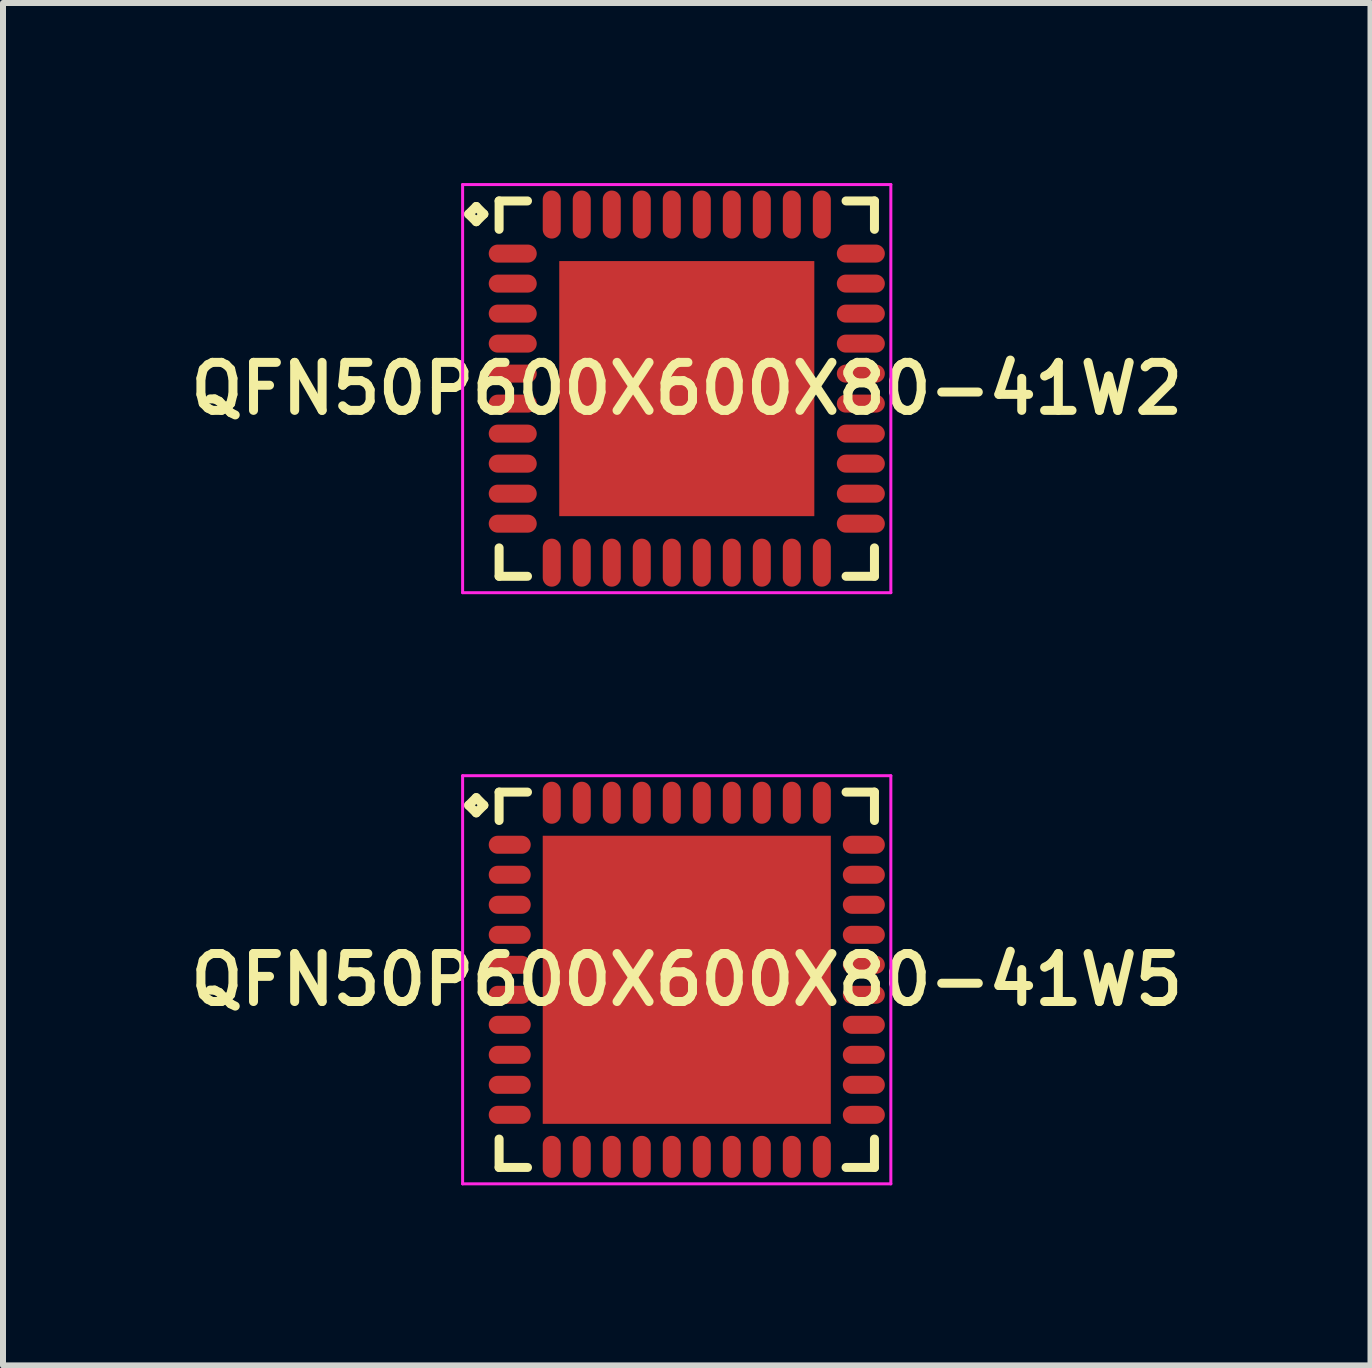
<source format=kicad_pcb>
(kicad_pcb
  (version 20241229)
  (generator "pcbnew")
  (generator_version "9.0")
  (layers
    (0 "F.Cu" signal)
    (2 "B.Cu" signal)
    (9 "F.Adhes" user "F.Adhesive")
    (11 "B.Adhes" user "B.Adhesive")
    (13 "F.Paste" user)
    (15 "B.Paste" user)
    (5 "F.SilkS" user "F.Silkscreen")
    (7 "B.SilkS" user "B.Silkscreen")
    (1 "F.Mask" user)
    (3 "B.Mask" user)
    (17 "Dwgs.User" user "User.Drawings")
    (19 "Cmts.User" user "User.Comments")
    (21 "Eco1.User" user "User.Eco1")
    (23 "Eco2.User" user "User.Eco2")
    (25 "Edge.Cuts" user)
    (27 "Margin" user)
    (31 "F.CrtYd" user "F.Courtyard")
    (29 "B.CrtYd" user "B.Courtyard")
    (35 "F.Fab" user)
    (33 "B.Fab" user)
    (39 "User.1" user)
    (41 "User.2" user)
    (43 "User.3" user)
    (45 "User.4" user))
  (footprint "QFN50P600X600X80-41W5"
    (layer "F.Cu")
    (at 8.393 13.275)
    (property "Reference" "QFN50P600X600X80-41W5" (at 0 0 0) (layer "F.SilkS") (effects (font (size 0.8 0.8) (thickness 0.15))))
    (attr smd)
    (fp_line (start -3.635 -2.908) (end -3.508 -3.035) (stroke (width 0.15) (type solid)) (layer "F.SilkS"))
    (fp_line (start -3.508 -3.035) (end -3.381 -2.908) (stroke (width 0.15) (type solid)) (layer "F.SilkS"))
    (fp_line (start -3.508 -2.781) (end -3.635 -2.908) (stroke (width 0.15) (type solid)) (layer "F.SilkS"))
    (fp_line (start -3.381 -2.908) (end -3.508 -2.781) (stroke (width 0.15) (type solid)) (layer "F.SilkS"))
    (fp_line (start -3.127 -3.127) (end -2.654 -3.127) (stroke (width 0.15) (type solid)) (layer "F.SilkS"))
    (fp_line (start -3.127 -2.654) (end -3.127 -3.127) (stroke (width 0.15) (type solid)) (layer "F.SilkS"))
    (fp_line (start -3.127 2.654) (end -3.127 3.127) (stroke (width 0.15) (type solid)) (layer "F.SilkS"))
    (fp_line (start -3.127 3.127) (end -2.654 3.127) (stroke (width 0.15) (type solid)) (layer "F.SilkS"))
    (fp_line (start 2.654 -3.127) (end 3.127 -3.127) (stroke (width 0.15) (type solid)) (layer "F.SilkS"))
    (fp_line (start 2.654 3.127) (end 3.127 3.127) (stroke (width 0.15) (type solid)) (layer "F.SilkS"))
    (fp_line (start 3.127 -3.127) (end 3.127 -2.654) (stroke (width 0.15) (type solid)) (layer "F.SilkS"))
    (fp_line (start 3.127 3.127) (end 3.127 2.654) (stroke (width 0.15) (type solid)) (layer "F.SilkS"))
    (fp_line (start -3.735 -3.4) (end 3.4 -3.4) (stroke (width 0.05) (type solid)) (layer "F.CrtYd"))
    (fp_line (start -3.735 3.4) (end -3.735 -3.4) (stroke (width 0.05) (type solid)) (layer "F.CrtYd"))
    (fp_line (start 3.4 -3.4) (end 3.4 3.4) (stroke (width 0.05) (type solid)) (layer "F.CrtYd"))
    (fp_line (start 3.4 3.4) (end -3.735 3.4) (stroke (width 0.05) (type solid)) (layer "F.CrtYd"))
    (pad "1" smd oval (at -2.95 -2.25) (size 0.7 0.3) (layers "F.Cu" "F.Mask" "F.Paste"))
    (pad "2" smd oval (at -2.95 -1.75) (size 0.7 0.3) (layers "F.Cu" "F.Mask" "F.Paste"))
    (pad "3" smd oval (at -2.95 -1.25) (size 0.7 0.3) (layers "F.Cu" "F.Mask" "F.Paste"))
    (pad "4" smd oval (at -2.95 -0.75) (size 0.7 0.3) (layers "F.Cu" "F.Mask" "F.Paste"))
    (pad "5" smd oval (at -2.95 -0.25) (size 0.7 0.3) (layers "F.Cu" "F.Mask" "F.Paste"))
    (pad "6" smd oval (at -2.95 0.25) (size 0.7 0.3) (layers "F.Cu" "F.Mask" "F.Paste"))
    (pad "7" smd oval (at -2.95 0.75) (size 0.7 0.3) (layers "F.Cu" "F.Mask" "F.Paste"))
    (pad "8" smd oval (at -2.95 1.25) (size 0.7 0.3) (layers "F.Cu" "F.Mask" "F.Paste"))
    (pad "9" smd oval (at -2.95 1.75) (size 0.7 0.3) (layers "F.Cu" "F.Mask" "F.Paste"))
    (pad "10" smd oval (at -2.95 2.25) (size 0.7 0.3) (layers "F.Cu" "F.Mask" "F.Paste"))
    (pad "11" smd oval (at -2.25 2.95) (size 0.3 0.7) (layers "F.Cu" "F.Mask" "F.Paste"))
    (pad "12" smd oval (at -1.75 2.95) (size 0.3 0.7) (layers "F.Cu" "F.Mask" "F.Paste"))
    (pad "13" smd oval (at -1.25 2.95) (size 0.3 0.7) (layers "F.Cu" "F.Mask" "F.Paste"))
    (pad "14" smd oval (at -0.75 2.95) (size 0.3 0.7) (layers "F.Cu" "F.Mask" "F.Paste"))
    (pad "15" smd oval (at -0.25 2.95) (size 0.3 0.7) (layers "F.Cu" "F.Mask" "F.Paste"))
    (pad "16" smd oval (at 0.25 2.95) (size 0.3 0.7) (layers "F.Cu" "F.Mask" "F.Paste"))
    (pad "17" smd oval (at 0.75 2.95) (size 0.3 0.7) (layers "F.Cu" "F.Mask" "F.Paste"))
    (pad "18" smd oval (at 1.25 2.95) (size 0.3 0.7) (layers "F.Cu" "F.Mask" "F.Paste"))
    (pad "19" smd oval (at 1.75 2.95) (size 0.3 0.7) (layers "F.Cu" "F.Mask" "F.Paste"))
    (pad "20" smd oval (at 2.25 2.95) (size 0.3 0.7) (layers "F.Cu" "F.Mask" "F.Paste"))
    (pad "21" smd oval (at 2.95 2.25) (size 0.7 0.3) (layers "F.Cu" "F.Mask" "F.Paste"))
    (pad "22" smd oval (at 2.95 1.75) (size 0.7 0.3) (layers "F.Cu" "F.Mask" "F.Paste"))
    (pad "23" smd oval (at 2.95 1.25) (size 0.7 0.3) (layers "F.Cu" "F.Mask" "F.Paste"))
    (pad "24" smd oval (at 2.95 0.75) (size 0.7 0.3) (layers "F.Cu" "F.Mask" "F.Paste"))
    (pad "25" smd oval (at 2.95 0.25) (size 0.7 0.3) (layers "F.Cu" "F.Mask" "F.Paste"))
    (pad "26" smd oval (at 2.95 -0.25) (size 0.7 0.3) (layers "F.Cu" "F.Mask" "F.Paste"))
    (pad "27" smd oval (at 2.95 -0.75) (size 0.7 0.3) (layers "F.Cu" "F.Mask" "F.Paste"))
    (pad "28" smd oval (at 2.95 -1.25) (size 0.7 0.3) (layers "F.Cu" "F.Mask" "F.Paste"))
    (pad "29" smd oval (at 2.95 -1.75) (size 0.7 0.3) (layers "F.Cu" "F.Mask" "F.Paste"))
    (pad "30" smd oval (at 2.95 -2.25) (size 0.7 0.3) (layers "F.Cu" "F.Mask" "F.Paste"))
    (pad "31" smd oval (at 2.25 -2.95) (size 0.3 0.7) (layers "F.Cu" "F.Mask" "F.Paste"))
    (pad "32" smd oval (at 1.75 -2.95) (size 0.3 0.7) (layers "F.Cu" "F.Mask" "F.Paste"))
    (pad "33" smd oval (at 1.25 -2.95) (size 0.3 0.7) (layers "F.Cu" "F.Mask" "F.Paste"))
    (pad "34" smd oval (at 0.75 -2.95) (size 0.3 0.7) (layers "F.Cu" "F.Mask" "F.Paste"))
    (pad "35" smd oval (at 0.25 -2.95) (size 0.3 0.7) (layers "F.Cu" "F.Mask" "F.Paste"))
    (pad "36" smd oval (at -0.25 -2.95) (size 0.3 0.7) (layers "F.Cu" "F.Mask" "F.Paste"))
    (pad "37" smd oval (at -0.75 -2.95) (size 0.3 0.7) (layers "F.Cu" "F.Mask" "F.Paste"))
    (pad "38" smd oval (at -1.25 -2.95) (size 0.3 0.7) (layers "F.Cu" "F.Mask" "F.Paste"))
    (pad "39" smd oval (at -1.75 -2.95) (size 0.3 0.7) (layers "F.Cu" "F.Mask" "F.Paste"))
    (pad "40" smd oval (at -2.25 -2.95) (size 0.3 0.7) (layers "F.Cu" "F.Mask" "F.Paste"))
    (pad "41" smd rect (at 0 0) (size 4.8 4.8) (layers "F.Cu" "F.Mask" "F.Paste")))
  (footprint "QFN50P600X600X80-41W2"
    (layer "F.Cu")
    (at 8.393 3.425)
    (property "Reference" "QFN50P600X600X80-41W2" (at 0 0 0) (layer "F.SilkS") (effects (font (size 0.8 0.8) (thickness 0.15))))
    (attr smd)
    (fp_line (start -3.635 -2.908) (end -3.508 -3.035) (stroke (width 0.15) (type solid)) (layer "F.SilkS"))
    (fp_line (start -3.508 -3.035) (end -3.381 -2.908) (stroke (width 0.15) (type solid)) (layer "F.SilkS"))
    (fp_line (start -3.508 -2.781) (end -3.635 -2.908) (stroke (width 0.15) (type solid)) (layer "F.SilkS"))
    (fp_line (start -3.381 -2.908) (end -3.508 -2.781) (stroke (width 0.15) (type solid)) (layer "F.SilkS"))
    (fp_line (start -3.127 -3.127) (end -2.654 -3.127) (stroke (width 0.15) (type solid)) (layer "F.SilkS"))
    (fp_line (start -3.127 -2.654) (end -3.127 -3.127) (stroke (width 0.15) (type solid)) (layer "F.SilkS"))
    (fp_line (start -3.127 2.654) (end -3.127 3.127) (stroke (width 0.15) (type solid)) (layer "F.SilkS"))
    (fp_line (start -3.127 3.127) (end -2.654 3.127) (stroke (width 0.15) (type solid)) (layer "F.SilkS"))
    (fp_line (start 2.654 -3.127) (end 3.127 -3.127) (stroke (width 0.15) (type solid)) (layer "F.SilkS"))
    (fp_line (start 2.654 3.127) (end 3.127 3.127) (stroke (width 0.15) (type solid)) (layer "F.SilkS"))
    (fp_line (start 3.127 -3.127) (end 3.127 -2.654) (stroke (width 0.15) (type solid)) (layer "F.SilkS"))
    (fp_line (start 3.127 3.127) (end 3.127 2.654) (stroke (width 0.15) (type solid)) (layer "F.SilkS"))
    (fp_line (start -3.735 -3.4) (end 3.4 -3.4) (stroke (width 0.05) (type solid)) (layer "F.CrtYd"))
    (fp_line (start -3.735 3.4) (end -3.735 -3.4) (stroke (width 0.05) (type solid)) (layer "F.CrtYd"))
    (fp_line (start 3.4 -3.4) (end 3.4 3.4) (stroke (width 0.05) (type solid)) (layer "F.CrtYd"))
    (fp_line (start 3.4 3.4) (end -3.735 3.4) (stroke (width 0.05) (type solid)) (layer "F.CrtYd"))
    (pad "1" smd oval (at -2.9 -2.25) (size 0.8 0.3) (layers "F.Cu" "F.Mask" "F.Paste"))
    (pad "2" smd oval (at -2.9 -1.75) (size 0.8 0.3) (layers "F.Cu" "F.Mask" "F.Paste"))
    (pad "3" smd oval (at -2.9 -1.25) (size 0.8 0.3) (layers "F.Cu" "F.Mask" "F.Paste"))
    (pad "4" smd oval (at -2.9 -0.75) (size 0.8 0.3) (layers "F.Cu" "F.Mask" "F.Paste"))
    (pad "5" smd oval (at -2.9 -0.25) (size 0.8 0.3) (layers "F.Cu" "F.Mask" "F.Paste"))
    (pad "6" smd oval (at -2.9 0.25) (size 0.8 0.3) (layers "F.Cu" "F.Mask" "F.Paste"))
    (pad "7" smd oval (at -2.9 0.75) (size 0.8 0.3) (layers "F.Cu" "F.Mask" "F.Paste"))
    (pad "8" smd oval (at -2.9 1.25) (size 0.8 0.3) (layers "F.Cu" "F.Mask" "F.Paste"))
    (pad "9" smd oval (at -2.9 1.75) (size 0.8 0.3) (layers "F.Cu" "F.Mask" "F.Paste"))
    (pad "10" smd oval (at -2.9 2.25) (size 0.8 0.3) (layers "F.Cu" "F.Mask" "F.Paste"))
    (pad "11" smd oval (at -2.25 2.9) (size 0.3 0.8) (layers "F.Cu" "F.Mask" "F.Paste"))
    (pad "12" smd oval (at -1.75 2.9) (size 0.3 0.8) (layers "F.Cu" "F.Mask" "F.Paste"))
    (pad "13" smd oval (at -1.25 2.9) (size 0.3 0.8) (layers "F.Cu" "F.Mask" "F.Paste"))
    (pad "14" smd oval (at -0.75 2.9) (size 0.3 0.8) (layers "F.Cu" "F.Mask" "F.Paste"))
    (pad "15" smd oval (at -0.25 2.9) (size 0.3 0.8) (layers "F.Cu" "F.Mask" "F.Paste"))
    (pad "16" smd oval (at 0.25 2.9) (size 0.3 0.8) (layers "F.Cu" "F.Mask" "F.Paste"))
    (pad "17" smd oval (at 0.75 2.9) (size 0.3 0.8) (layers "F.Cu" "F.Mask" "F.Paste"))
    (pad "18" smd oval (at 1.25 2.9) (size 0.3 0.8) (layers "F.Cu" "F.Mask" "F.Paste"))
    (pad "19" smd oval (at 1.75 2.9) (size 0.3 0.8) (layers "F.Cu" "F.Mask" "F.Paste"))
    (pad "20" smd oval (at 2.25 2.9) (size 0.3 0.8) (layers "F.Cu" "F.Mask" "F.Paste"))
    (pad "21" smd oval (at 2.9 2.25) (size 0.8 0.3) (layers "F.Cu" "F.Mask" "F.Paste"))
    (pad "22" smd oval (at 2.9 1.75) (size 0.8 0.3) (layers "F.Cu" "F.Mask" "F.Paste"))
    (pad "23" smd oval (at 2.9 1.25) (size 0.8 0.3) (layers "F.Cu" "F.Mask" "F.Paste"))
    (pad "24" smd oval (at 2.9 0.75) (size 0.8 0.3) (layers "F.Cu" "F.Mask" "F.Paste"))
    (pad "25" smd oval (at 2.9 0.25) (size 0.8 0.3) (layers "F.Cu" "F.Mask" "F.Paste"))
    (pad "26" smd oval (at 2.9 -0.25) (size 0.8 0.3) (layers "F.Cu" "F.Mask" "F.Paste"))
    (pad "27" smd oval (at 2.9 -0.75) (size 0.8 0.3) (layers "F.Cu" "F.Mask" "F.Paste"))
    (pad "28" smd oval (at 2.9 -1.25) (size 0.8 0.3) (layers "F.Cu" "F.Mask" "F.Paste"))
    (pad "29" smd oval (at 2.9 -1.75) (size 0.8 0.3) (layers "F.Cu" "F.Mask" "F.Paste"))
    (pad "30" smd oval (at 2.9 -2.25) (size 0.8 0.3) (layers "F.Cu" "F.Mask" "F.Paste"))
    (pad "31" smd oval (at 2.25 -2.9) (size 0.3 0.8) (layers "F.Cu" "F.Mask" "F.Paste"))
    (pad "32" smd oval (at 1.75 -2.9) (size 0.3 0.8) (layers "F.Cu" "F.Mask" "F.Paste"))
    (pad "33" smd oval (at 1.25 -2.9) (size 0.3 0.8) (layers "F.Cu" "F.Mask" "F.Paste"))
    (pad "34" smd oval (at 0.75 -2.9) (size 0.3 0.8) (layers "F.Cu" "F.Mask" "F.Paste"))
    (pad "35" smd oval (at 0.25 -2.9) (size 0.3 0.8) (layers "F.Cu" "F.Mask" "F.Paste"))
    (pad "36" smd oval (at -0.25 -2.9) (size 0.3 0.8) (layers "F.Cu" "F.Mask" "F.Paste"))
    (pad "37" smd oval (at -0.75 -2.9) (size 0.3 0.8) (layers "F.Cu" "F.Mask" "F.Paste"))
    (pad "38" smd oval (at -1.25 -2.9) (size 0.3 0.8) (layers "F.Cu" "F.Mask" "F.Paste"))
    (pad "39" smd oval (at -1.75 -2.9) (size 0.3 0.8) (layers "F.Cu" "F.Mask" "F.Paste"))
    (pad "40" smd oval (at -2.25 -2.9) (size 0.3 0.8) (layers "F.Cu" "F.Mask" "F.Paste"))
    (pad "41" smd rect (at 0 0) (size 4.25 4.25) (layers "F.Cu" "F.Mask" "F.Paste")))
  (gr_rect
    (start -3 -3)
    (end 19.785 19.7)
    (stroke (width 0.1) (type default))
    (fill no)
    (layer "Edge.Cuts")))
</source>
